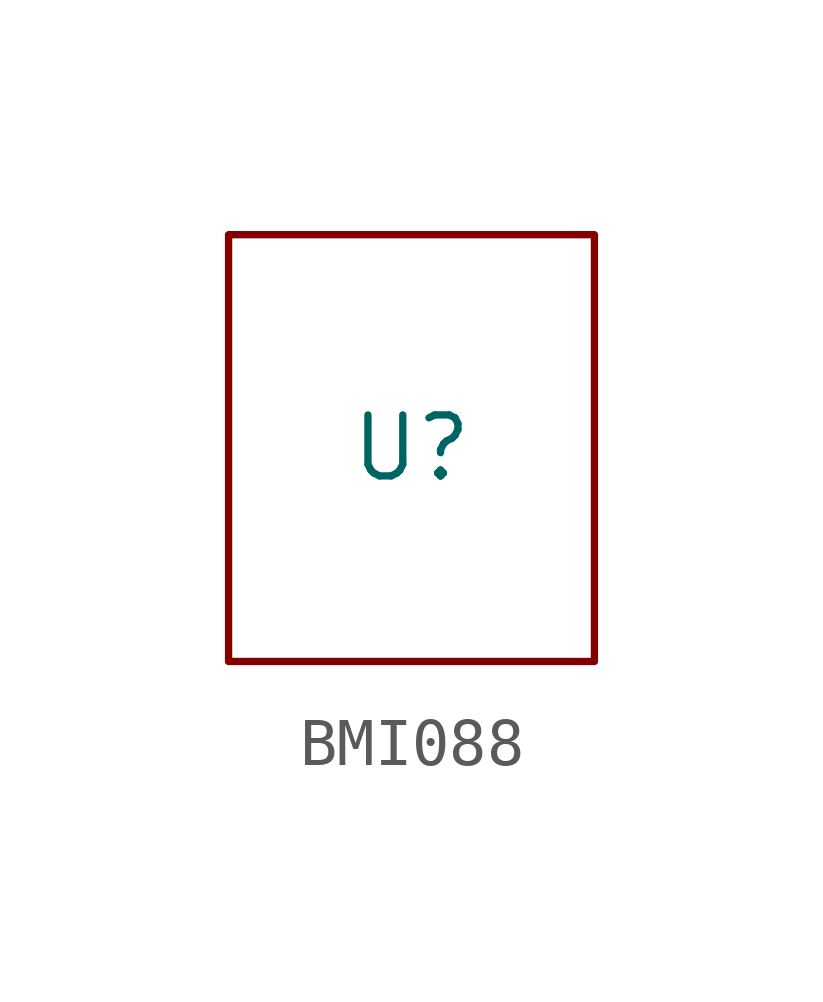
<source format=kicad_sym>
(kicad_symbol_lib
  (version 20241209)
  (generator "kicad_symbol_editor")
  (generator_version "9.0")
  (symbol "BMI088"
    (property "Reference" "U"
      (at 0 0 0)
      (effects (font (size 1.27 1.27))))
    (property "Value" ""
      (at 0 0 0)
      (effects (font (size 1.27 1.27))))
    (symbol "BMI088_0_1"
      (rectangle (start -3.81 4.445) (end 3.81 -4.445) (stroke (width 0) (type default)) (fill (type none))))))
</source>
